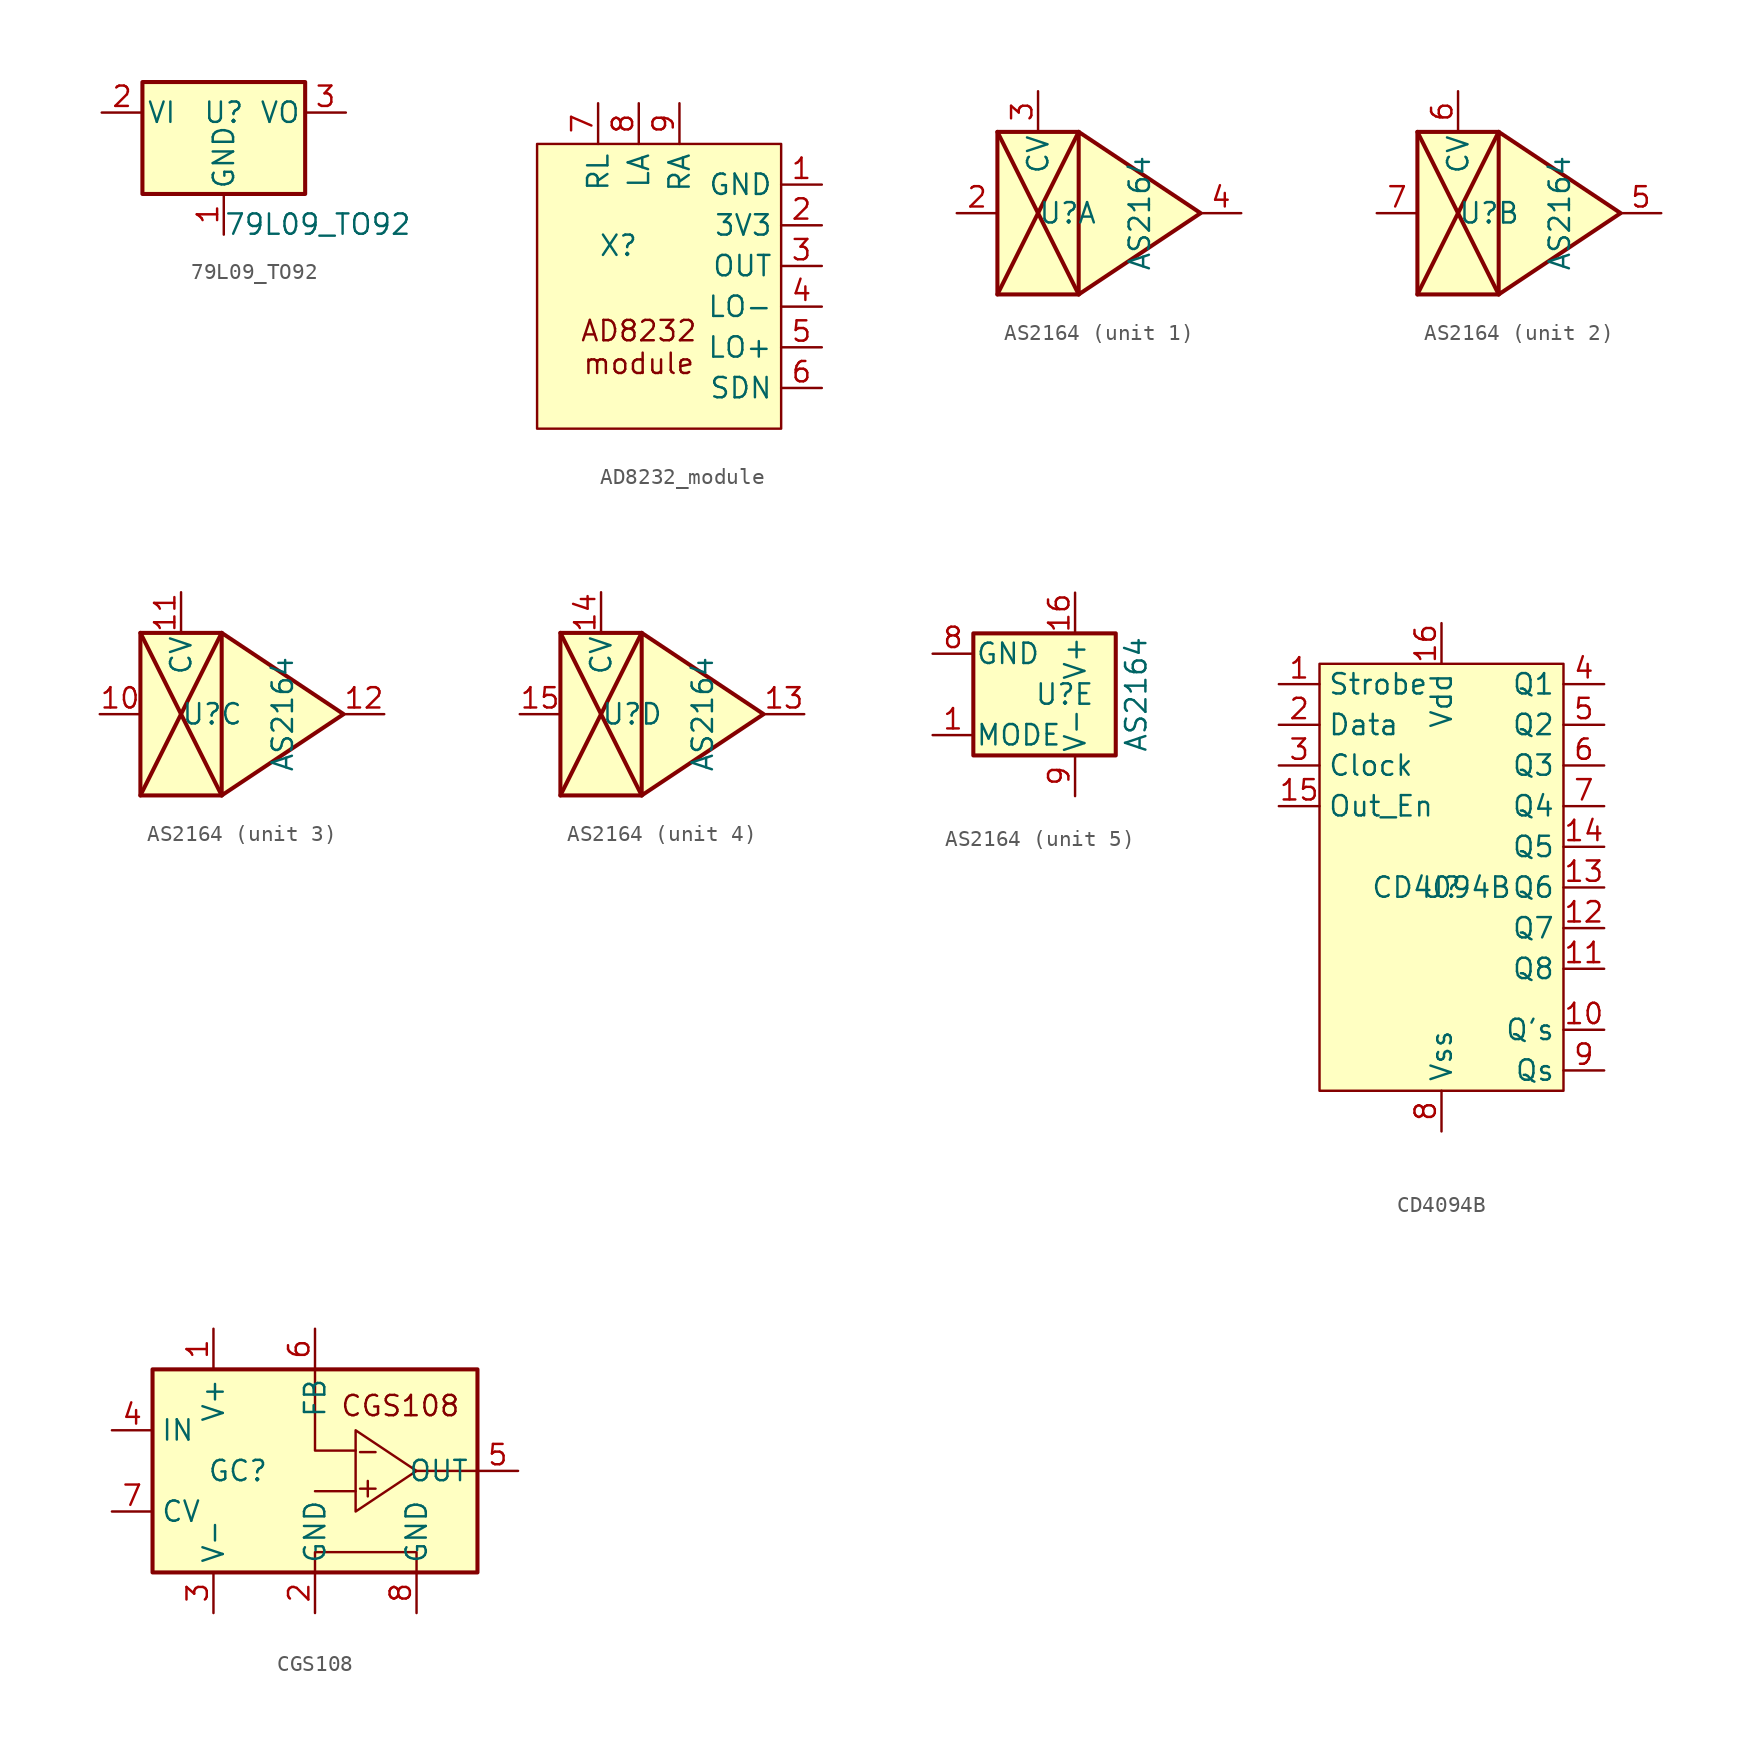
<source format=kicad_sym>
(kicad_symbol_lib
  (version 20220914)
  (generator kicad_symbol_editor)
  (symbol "79L09_TO92"
    (pin_names
      (offset 0.254))
    (property "Reference" "U"
      (at 0 3.81 0)
      (effects (font (size 1.27 1.27))))
    (property "Value" "79L09_TO92"
      (at 0 -3.175 0)
      (effects (font (size 1.27 1.27)) (justify left)))
    (symbol "79L09_TO92_0_1"
      (rectangle (start -5.08 5.715) (end 5.08 -1.27) (stroke (width 0.254) (type default)) (fill (type background))))
    (symbol "79L09_TO92_1_1"
      (pin power_in line (at 0 -3.81 90) (length 2.54) (name "GND" (effects (font (size 1.27 1.27)))) (number "1" (effects (font (size 1.27 1.27)))))
      (pin power_in line (at -7.62 3.81 0) (length 2.54) (name "VI" (effects (font (size 1.27 1.27)))) (number "2" (effects (font (size 1.27 1.27)))))
      (pin power_out line (at 7.62 3.81 180) (length 2.54) (name "VO" (effects (font (size 1.27 1.27)))) (number "3" (effects (font (size 1.27 1.27)))))))
  (symbol "AD8232_module"
    (property "Reference" "X"
      (at -2.54 2.54 0)
      (effects (font (size 1.27 1.27))))
    (property "Value" ""
      (at 0 0 0)
      (effects (font (size 1.27 1.27))))
    (symbol "AD8232_module_1_1"
      (rectangle (start -7.62 8.89) (end 7.62 -8.89) (stroke (width 0) (type default)) (fill (type background)))
      (text "AD8232\nmodule" (at -1.27 -3.81 0) (effects (font (size 1.27 1.27))))
      (pin power_in line (at 10.16 6.35 180) (length 2.54) (name "GND" (effects (font (size 1.27 1.27)))) (number "1" (effects (font (size 1.27 1.27)))))
      (pin power_in line (at 10.16 3.81 180) (length 2.54) (name "3V3" (effects (font (size 1.27 1.27)))) (number "2" (effects (font (size 1.27 1.27)))))
      (pin output line (at 10.16 1.27 180) (length 2.54) (name "OUT" (effects (font (size 1.27 1.27)))) (number "3" (effects (font (size 1.27 1.27)))))
      (pin output line (at 10.16 -1.27 180) (length 2.54) (name "LO-" (effects (font (size 1.27 1.27)))) (number "4" (effects (font (size 1.27 1.27)))))
      (pin output line (at 10.16 -3.81 180) (length 2.54) (name "LO+" (effects (font (size 1.27 1.27)))) (number "5" (effects (font (size 1.27 1.27)))))
      (pin input line (at 10.16 -6.35 180) (length 2.54) (name "SDN" (effects (font (size 1.27 1.27)))) (number "6" (effects (font (size 1.27 1.27)))))
      (pin input line (at -3.81 11.43 270) (length 2.54) (name "RL" (effects (font (size 1.27 1.27)))) (number "7" (effects (font (size 1.27 1.27)))))
      (pin input line (at -1.27 11.43 270) (length 2.54) (name "LA" (effects (font (size 1.27 1.27)))) (number "8" (effects (font (size 1.27 1.27)))))
      (pin input line (at 1.27 11.43 270) (length 2.54) (name "RA" (effects (font (size 1.27 1.27)))) (number "9" (effects (font (size 1.27 1.27)))))))
  (symbol "AS2164"
    (pin_names
      (offset 0.127))
    (property "Reference" "U"
      (at -2.54 0 0)
      (effects (font (size 1.27 1.27)) (justify left)))
    (property "Value" "AS2164"
      (at 3.81 0 90)
      (effects (font (size 1.27 1.27))))
    (property "ki_locked" ""
      (at 0 0 0)
      (effects (font (size 1.27 1.27))))
    (symbol "AS2164_1_1"
      (polyline (pts (xy -5.08 5.08) (xy 0 -5.08)) (stroke (width 0.254) (type default)) (fill (type none)))
      (polyline (pts (xy 0 5.08) (xy -5.08 -5.08)) (stroke (width 0.254) (type default)) (fill (type none)))
      (polyline (pts (xy 0 5.08) (xy -5.08 5.08) (xy -5.08 -5.08) (xy 0 -5.08)) (stroke (width 0.254) (type default)) (fill (type background)))
      (polyline (pts (xy 0 5.08) (xy 7.62 0) (xy 0 -5.08) (xy 0 5.08)) (stroke (width 0.254) (type default)) (fill (type background)))
      (pin input line (at -7.62 0 0) (length 2.54) (name "" (effects (font (size 1.27 1.27)))) (number "2" (effects (font (size 1.27 1.27)))))
      (pin input line (at -2.54 7.62 270) (length 2.54) (name "CV" (effects (font (size 1.27 1.27)))) (number "3" (effects (font (size 1.27 1.27)))))
      (pin output line (at 10.16 0 180) (length 2.54) (name "" (effects (font (size 1.27 1.27)))) (number "4" (effects (font (size 1.27 1.27))))))
    (symbol "AS2164_2_1"
      (polyline (pts (xy -5.08 5.08) (xy 0 -5.08)) (stroke (width 0.254) (type default)) (fill (type none)))
      (polyline (pts (xy 0 5.08) (xy -5.08 -5.08)) (stroke (width 0.254) (type default)) (fill (type none)))
      (polyline (pts (xy 0 5.08) (xy -5.08 5.08) (xy -5.08 -5.08) (xy 0 -5.08)) (stroke (width 0.254) (type default)) (fill (type background)))
      (polyline (pts (xy 0 5.08) (xy 7.62 0) (xy 0 -5.08) (xy 0 5.08)) (stroke (width 0.254) (type default)) (fill (type background)))
      (pin output line (at 10.16 0 180) (length 2.54) (name "" (effects (font (size 1.27 1.27)))) (number "5" (effects (font (size 1.27 1.27)))))
      (pin input line (at -2.54 7.62 270) (length 2.54) (name "CV" (effects (font (size 1.27 1.27)))) (number "6" (effects (font (size 1.27 1.27)))))
      (pin input line (at -7.62 0 0) (length 2.54) (name "" (effects (font (size 1.27 1.27)))) (number "7" (effects (font (size 1.27 1.27))))))
    (symbol "AS2164_3_1"
      (polyline (pts (xy -5.08 5.08) (xy 0 -5.08)) (stroke (width 0.254) (type default)) (fill (type none)))
      (polyline (pts (xy 0 5.08) (xy -5.08 -5.08)) (stroke (width 0.254) (type default)) (fill (type none)))
      (polyline (pts (xy 0 5.08) (xy -5.08 5.08) (xy -5.08 -5.08) (xy 0 -5.08)) (stroke (width 0.254) (type default)) (fill (type background)))
      (polyline (pts (xy 0 5.08) (xy 7.62 0) (xy 0 -5.08) (xy 0 5.08)) (stroke (width 0.254) (type default)) (fill (type background)))
      (pin input line (at -7.62 0 0) (length 2.54) (name "" (effects (font (size 1.27 1.27)))) (number "10" (effects (font (size 1.27 1.27)))))
      (pin input line (at -2.54 7.62 270) (length 2.54) (name "CV" (effects (font (size 1.27 1.27)))) (number "11" (effects (font (size 1.27 1.27)))))
      (pin output line (at 10.16 0 180) (length 2.54) (name "" (effects (font (size 1.27 1.27)))) (number "12" (effects (font (size 1.27 1.27))))))
    (symbol "AS2164_4_1"
      (polyline (pts (xy -5.08 5.08) (xy 0 -5.08)) (stroke (width 0.254) (type default)) (fill (type none)))
      (polyline (pts (xy 0 5.08) (xy -5.08 -5.08)) (stroke (width 0.254) (type default)) (fill (type none)))
      (polyline (pts (xy 0 5.08) (xy -5.08 5.08) (xy -5.08 -5.08) (xy 0 -5.08)) (stroke (width 0.254) (type default)) (fill (type background)))
      (polyline (pts (xy 0 5.08) (xy 7.62 0) (xy 0 -5.08) (xy 0 5.08)) (stroke (width 0.254) (type default)) (fill (type background)))
      (pin output line (at 10.16 0 180) (length 2.54) (name "" (effects (font (size 1.27 1.27)))) (number "13" (effects (font (size 1.27 1.27)))))
      (pin input line (at -2.54 7.62 270) (length 2.54) (name "CV" (effects (font (size 1.27 1.27)))) (number "14" (effects (font (size 1.27 1.27)))))
      (pin input line (at -7.62 0 0) (length 2.54) (name "" (effects (font (size 1.27 1.27)))) (number "15" (effects (font (size 1.27 1.27))))))
    (symbol "AS2164_5_1"
      (rectangle (start -6.35 3.81) (end 2.54 -3.81) (stroke (width 0.254) (type default)) (fill (type background)))
      (pin input line (at -8.89 -2.54 0) (length 2.54) (name "MODE" (effects (font (size 1.27 1.27)))) (number "1" (effects (font (size 1.27 1.27)))))
      (pin power_in line (at 0 6.35 270) (length 2.54) (name "V+" (effects (font (size 1.27 1.27)))) (number "16" (effects (font (size 1.27 1.27)))))
      (pin power_in line (at -8.89 2.54 0) (length 2.54) (name "GND" (effects (font (size 1.27 1.27)))) (number "8" (effects (font (size 1.27 1.27)))))
      (pin power_in line (at 0 -6.35 90) (length 2.54) (name "V-" (effects (font (size 1.27 1.27)))) (number "9" (effects (font (size 1.27 1.27)))))))
  (symbol "CD4094B"
    (property "Reference" "U"
      (at 0 0 0)
      (effects (font (size 1.27 1.27))))
    (property "Value" "CD4094B"
      (at 0 0 0)
      (effects (font (size 1.27 1.27))))
    (symbol "CD4094B_1_1"
      (rectangle (start -7.62 13.97) (end 7.62 -12.7) (stroke (width 0) (type default)) (fill (type background)))
      (pin input line (at -10.16 12.7 0) (length 2.54) (name "Strobe" (effects (font (size 1.27 1.27)))) (number "1" (effects (font (size 1.27 1.27)))))
      (pin output line (at 10.16 -8.89 180) (length 2.54) (name "Q's" (effects (font (size 1.27 1.27)))) (number "10" (effects (font (size 1.27 1.27)))))
      (pin output line (at 10.16 -5.08 180) (length 2.54) (name "Q8" (effects (font (size 1.27 1.27)))) (number "11" (effects (font (size 1.27 1.27)))))
      (pin output line (at 10.16 -2.54 180) (length 2.54) (name "Q7" (effects (font (size 1.27 1.27)))) (number "12" (effects (font (size 1.27 1.27)))))
      (pin output line (at 10.16 0 180) (length 2.54) (name "Q6" (effects (font (size 1.27 1.27)))) (number "13" (effects (font (size 1.27 1.27)))))
      (pin output line (at 10.16 2.54 180) (length 2.54) (name "Q5" (effects (font (size 1.27 1.27)))) (number "14" (effects (font (size 1.27 1.27)))))
      (pin input line (at -10.16 5.08 0) (length 2.54) (name "Out_En" (effects (font (size 1.27 1.27)))) (number "15" (effects (font (size 1.27 1.27)))))
      (pin power_in line (at 0 16.51 270) (length 2.54) (name "Vdd" (effects (font (size 1.27 1.27)))) (number "16" (effects (font (size 1.27 1.27)))))
      (pin input line (at -10.16 10.16 0) (length 2.54) (name "Data" (effects (font (size 1.27 1.27)))) (number "2" (effects (font (size 1.27 1.27)))))
      (pin input line (at -10.16 7.62 0) (length 2.54) (name "Clock" (effects (font (size 1.27 1.27)))) (number "3" (effects (font (size 1.27 1.27)))))
      (pin output line (at 10.16 12.7 180) (length 2.54) (name "Q1" (effects (font (size 1.27 1.27)))) (number "4" (effects (font (size 1.27 1.27)))))
      (pin output line (at 10.16 10.16 180) (length 2.54) (name "Q2" (effects (font (size 1.27 1.27)))) (number "5" (effects (font (size 1.27 1.27)))))
      (pin output line (at 10.16 7.62 180) (length 2.54) (name "Q3" (effects (font (size 1.27 1.27)))) (number "6" (effects (font (size 1.27 1.27)))))
      (pin output line (at 10.16 5.08 180) (length 2.54) (name "Q4" (effects (font (size 1.27 1.27)))) (number "7" (effects (font (size 1.27 1.27)))))
      (pin power_in line (at 0 -15.24 90) (length 2.54) (name "Vss" (effects (font (size 1.27 1.27)))) (number "8" (effects (font (size 1.27 1.27)))))
      (pin output line (at 10.16 -11.43 180) (length 2.54) (name "Qs" (effects (font (size 1.27 1.27)))) (number "9" (effects (font (size 1.27 1.27)))))))
  (symbol "CGS108"
    (property "Reference" "GC"
      (at -4.826 0 0)
      (do_not_autoplace)
      (effects (font (size 1.27 1.27))))
    (property "Value" ""
      (at 0 0 0)
      (effects (font (size 1.27 1.27))))
    (symbol "CGS108_1_1"
      (rectangle (start -10.16 6.35) (end 10.16 -6.35) (stroke (width 0.254) (type default)) (fill (type background)))
      (polyline (pts (xy 2.54 -1.27) (xy 0 -1.27)) (stroke (width 0) (type default)) (fill (type none)))
      (polyline (pts (xy 6.35 0) (xy 10.16 0)) (stroke (width 0) (type default)) (fill (type none)))
      (polyline (pts (xy 0 6.35) (xy 0 1.27) (xy 2.54 1.27)) (stroke (width 0) (type default)) (fill (type none)))
      (polyline (pts (xy 0 -6.35) (xy 0 -5.08) (xy 6.35 -5.08) (xy 6.35 -6.35)) (stroke (width 0) (type default)) (fill (type none)))
      (polyline (pts (xy 6.35 0) (xy 2.54 -2.54) (xy 2.54 2.54) (xy 6.35 0)) (stroke (width 0) (type default)) (fill (type none)))
      (text "+" (at 3.302 -1.016 0) (effects (font (size 1.27 1.27))))
      (text "-" (at 3.302 1.27 0) (effects (font (size 1.27 1.27))))
      (text "CGS108" (at 5.334 4.064 0) (effects (font (size 1.27 1.27))))
      (pin power_in line (at -6.35 8.89 270) (length 2.54) (name "V+" (effects (font (size 1.27 1.27)))) (number "1" (effects (font (size 1.27 1.27)))))
      (pin power_in line (at 0 -8.89 90) (length 2.54) (name "GND" (effects (font (size 1.27 1.27)))) (number "2" (effects (font (size 1.27 1.27)))))
      (pin power_in line (at -6.35 -8.89 90) (length 2.54) (name "V-" (effects (font (size 1.27 1.27)))) (number "3" (effects (font (size 1.27 1.27)))))
      (pin input line (at -12.7 2.54 0) (length 2.54) (name "IN" (effects (font (size 1.27 1.27)))) (number "4" (effects (font (size 1.27 1.27)))))
      (pin output line (at 12.7 0 180) (length 2.54) (name "OUT" (effects (font (size 1.27 1.27)))) (number "5" (effects (font (size 1.27 1.27)))))
      (pin input line (at 0 8.89 270) (length 2.54) (name "FB" (effects (font (size 1.27 1.27)))) (number "6" (effects (font (size 1.27 1.27)))))
      (pin input line (at -12.7 -2.54 0) (length 2.54) (name "CV" (effects (font (size 1.27 1.27)))) (number "7" (effects (font (size 1.27 1.27)))))
      (pin power_in line (at 6.35 -8.89 90) (length 2.54) (name "GND" (effects (font (size 1.27 1.27)))) (number "8" (effects (font (size 1.27 1.27))))))))
</source>
